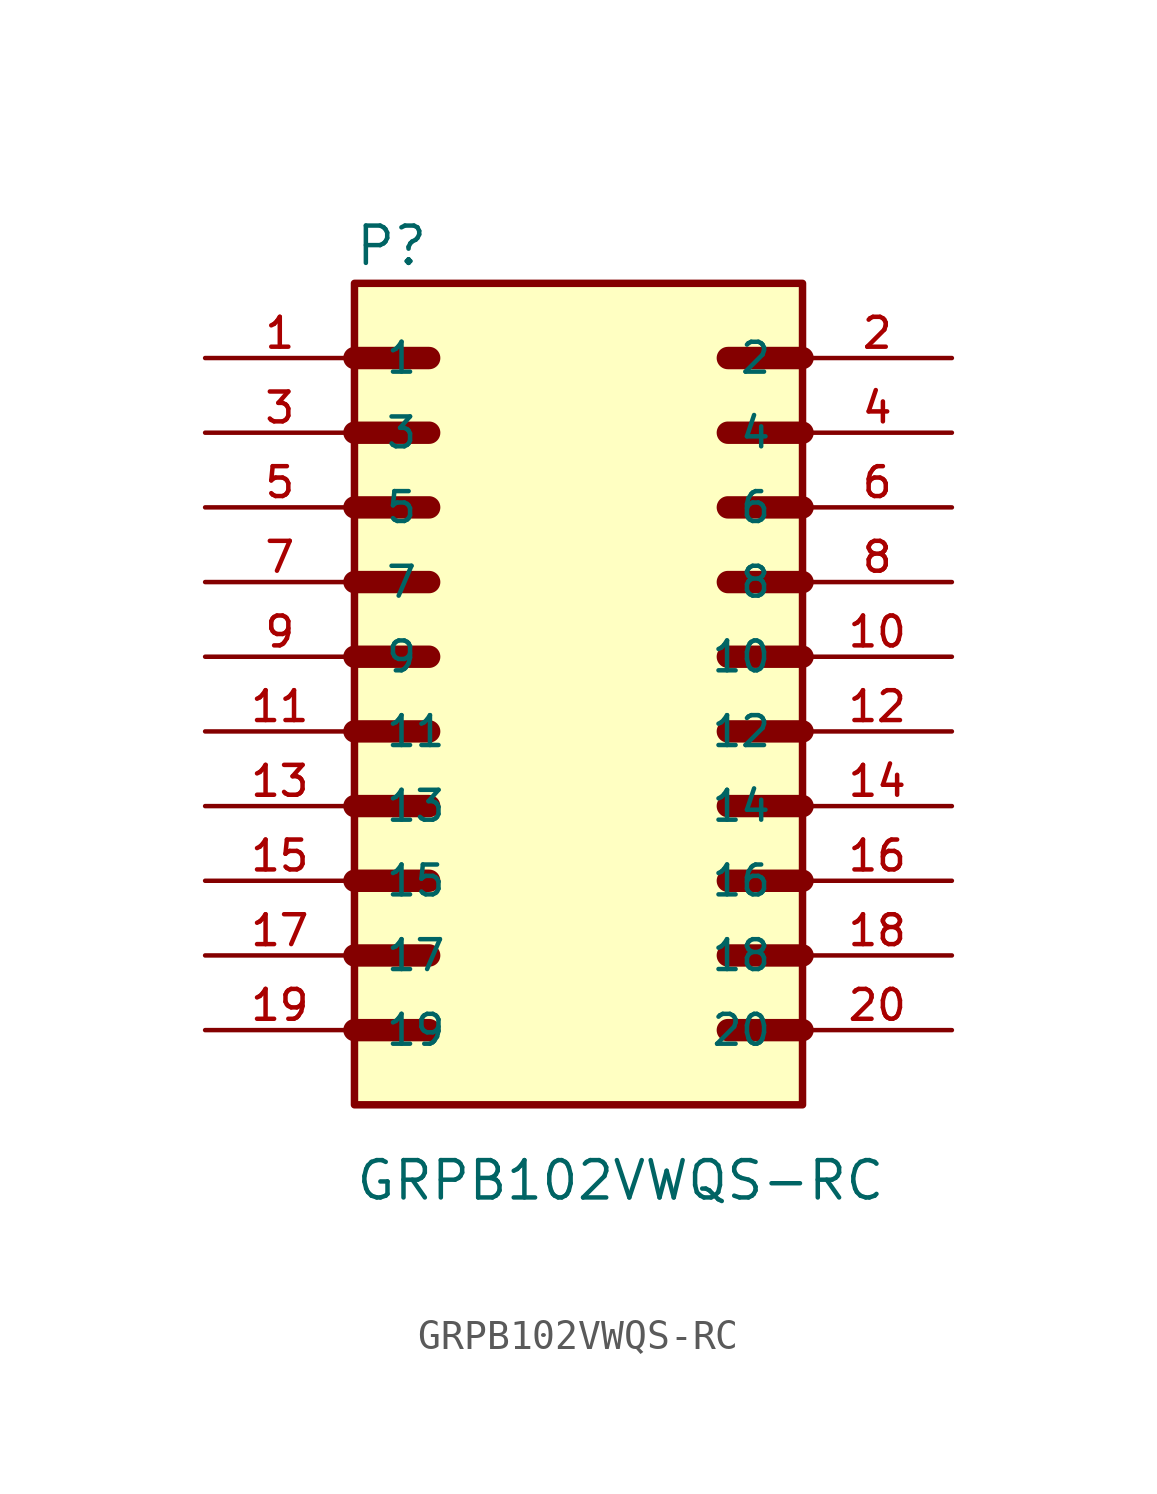
<source format=kicad_sym>
(kicad_symbol_lib
  (version 20211014)
  (generator kicad_symbol_editor)
  (symbol "GRPB102VWQS-RC"
    (pin_names
      (offset 1.016))
    (property "Reference" "P"
      (at -7.635 13.233 0)
      (effects (font (size 1.27 1.27)) (justify bottom left)))
    (property "Value" "GRPB102VWQS-RC"
      (at -7.625 -18.555 0)
      (effects (font (size 1.27 1.27)) (justify bottom left)))
    (symbol "GRPB102VWQS-RC_0_0"
      (polyline (pts (xy -7.62 10.16) (xy -5.08 10.16)) (stroke (width 0.762)))
      (polyline (pts (xy -7.62 7.62) (xy -5.08 7.62)) (stroke (width 0.762)))
      (polyline (pts (xy -7.62 5.08) (xy -5.08 5.08)) (stroke (width 0.762)))
      (polyline (pts (xy -7.62 2.54) (xy -5.08 2.54)) (stroke (width 0.762)))
      (polyline (pts (xy -7.62 0.0) (xy -5.08 0.0)) (stroke (width 0.762)))
      (polyline (pts (xy -7.62 -2.54) (xy -5.08 -2.54)) (stroke (width 0.762)))
      (polyline (pts (xy 5.08 10.16) (xy 7.62 10.16)) (stroke (width 0.762)))
      (polyline (pts (xy 5.08 7.62) (xy 7.62 7.62)) (stroke (width 0.762)))
      (polyline (pts (xy 5.08 5.08) (xy 7.62 5.08)) (stroke (width 0.762)))
      (polyline (pts (xy 5.08 2.54) (xy 7.62 2.54)) (stroke (width 0.762)))
      (polyline (pts (xy 5.08 0.0) (xy 7.62 0.0)) (stroke (width 0.762)))
      (polyline (pts (xy 5.08 -2.54) (xy 7.62 -2.54)) (stroke (width 0.762)))
      (polyline (pts (xy -7.62 -5.08) (xy -5.08 -5.08)) (stroke (width 0.762)))
      (polyline (pts (xy -7.62 -7.62) (xy -5.08 -7.62)) (stroke (width 0.762)))
      (polyline (pts (xy -7.62 -10.16) (xy -5.08 -10.16)) (stroke (width 0.762)))
      (polyline (pts (xy -7.62 -12.7) (xy -5.08 -12.7)) (stroke (width 0.762)))
      (polyline (pts (xy 5.08 -5.08) (xy 7.62 -5.08)) (stroke (width 0.762)))
      (polyline (pts (xy 5.08 -7.62) (xy 7.62 -7.62)) (stroke (width 0.762)))
      (polyline (pts (xy 5.08 -10.16) (xy 7.62 -10.16)) (stroke (width 0.762)))
      (polyline (pts (xy 5.08 -12.7) (xy 7.62 -12.7)) (stroke (width 0.762)))
      (rectangle (start -7.62 -15.24) (end 7.62 12.7) (stroke (width 0.254)) (fill (type background)))
      (pin passive line (at -12.7 10.16 0) (length 5.08) (name "1" (effects (font (size 1.016 1.016)))) (number "1" (effects (font (size 1.016 1.016)))))
      (pin passive line (at 12.7 10.16 180.0) (length 5.08) (name "2" (effects (font (size 1.016 1.016)))) (number "2" (effects (font (size 1.016 1.016)))))
      (pin passive line (at -12.7 7.62 0) (length 5.08) (name "3" (effects (font (size 1.016 1.016)))) (number "3" (effects (font (size 1.016 1.016)))))
      (pin passive line (at 12.7 7.62 180.0) (length 5.08) (name "4" (effects (font (size 1.016 1.016)))) (number "4" (effects (font (size 1.016 1.016)))))
      (pin passive line (at -12.7 5.08 0) (length 5.08) (name "5" (effects (font (size 1.016 1.016)))) (number "5" (effects (font (size 1.016 1.016)))))
      (pin passive line (at 12.7 5.08 180.0) (length 5.08) (name "6" (effects (font (size 1.016 1.016)))) (number "6" (effects (font (size 1.016 1.016)))))
      (pin passive line (at -12.7 2.54 0) (length 5.08) (name "7" (effects (font (size 1.016 1.016)))) (number "7" (effects (font (size 1.016 1.016)))))
      (pin passive line (at 12.7 2.54 180.0) (length 5.08) (name "8" (effects (font (size 1.016 1.016)))) (number "8" (effects (font (size 1.016 1.016)))))
      (pin passive line (at -12.7 0.0 0) (length 5.08) (name "9" (effects (font (size 1.016 1.016)))) (number "9" (effects (font (size 1.016 1.016)))))
      (pin passive line (at 12.7 0.0 180.0) (length 5.08) (name "10" (effects (font (size 1.016 1.016)))) (number "10" (effects (font (size 1.016 1.016)))))
      (pin passive line (at -12.7 -2.54 0) (length 5.08) (name "11" (effects (font (size 1.016 1.016)))) (number "11" (effects (font (size 1.016 1.016)))))
      (pin passive line (at 12.7 -2.54 180.0) (length 5.08) (name "12" (effects (font (size 1.016 1.016)))) (number "12" (effects (font (size 1.016 1.016)))))
      (pin passive line (at -12.7 -5.08 0) (length 5.08) (name "13" (effects (font (size 1.016 1.016)))) (number "13" (effects (font (size 1.016 1.016)))))
      (pin passive line (at 12.7 -5.08 180.0) (length 5.08) (name "14" (effects (font (size 1.016 1.016)))) (number "14" (effects (font (size 1.016 1.016)))))
      (pin passive line (at -12.7 -7.62 0) (length 5.08) (name "15" (effects (font (size 1.016 1.016)))) (number "15" (effects (font (size 1.016 1.016)))))
      (pin passive line (at 12.7 -7.62 180.0) (length 5.08) (name "16" (effects (font (size 1.016 1.016)))) (number "16" (effects (font (size 1.016 1.016)))))
      (pin passive line (at -12.7 -10.16 0) (length 5.08) (name "17" (effects (font (size 1.016 1.016)))) (number "17" (effects (font (size 1.016 1.016)))))
      (pin passive line (at 12.7 -10.16 180.0) (length 5.08) (name "18" (effects (font (size 1.016 1.016)))) (number "18" (effects (font (size 1.016 1.016)))))
      (pin passive line (at -12.7 -12.7 0) (length 5.08) (name "19" (effects (font (size 1.016 1.016)))) (number "19" (effects (font (size 1.016 1.016)))))
      (pin passive line (at 12.7 -12.7 180.0) (length 5.08) (name "20" (effects (font (size 1.016 1.016)))) (number "20" (effects (font (size 1.016 1.016))))))))
</source>
